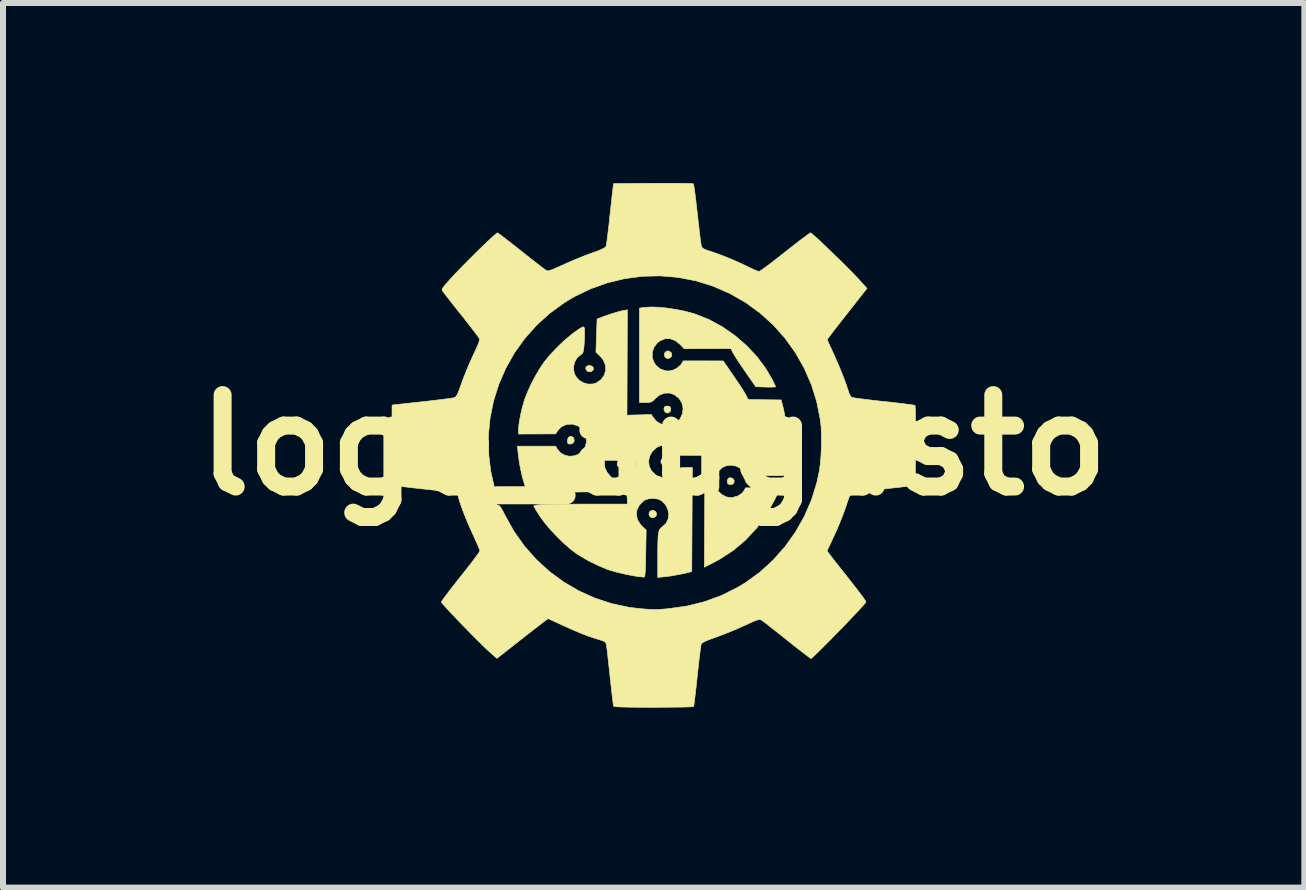
<source format=kicad_pcb>
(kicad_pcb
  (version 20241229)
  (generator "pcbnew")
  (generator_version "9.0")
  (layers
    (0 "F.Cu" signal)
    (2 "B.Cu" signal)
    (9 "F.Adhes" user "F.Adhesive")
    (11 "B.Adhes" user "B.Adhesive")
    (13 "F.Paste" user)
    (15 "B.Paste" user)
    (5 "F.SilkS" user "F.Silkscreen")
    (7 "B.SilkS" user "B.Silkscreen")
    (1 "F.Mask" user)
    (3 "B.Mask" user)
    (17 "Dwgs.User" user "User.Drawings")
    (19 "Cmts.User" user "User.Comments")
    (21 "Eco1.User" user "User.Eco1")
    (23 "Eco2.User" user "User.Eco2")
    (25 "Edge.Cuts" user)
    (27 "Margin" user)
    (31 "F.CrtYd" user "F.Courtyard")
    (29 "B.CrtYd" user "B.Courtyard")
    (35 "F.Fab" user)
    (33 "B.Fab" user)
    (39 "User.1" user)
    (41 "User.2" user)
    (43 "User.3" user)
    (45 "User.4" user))
  (footprint "logo_augusto"
    (layer "F.Cu")
    (at 7.845 4.37)
    (property "Reference" "logo_augusto" (at 0 0 0) (layer "F.SilkS") (effects (font (size 1.524 1.524) (thickness 0.3))))
    (attr through_hole)
    (fp_poly (pts (xy -1.031 -1.319) (xy -1.006 -1.293) (xy -1.006 -1.26) (xy -1.015 -1.246) (xy -1.053 -1.222) (xy -1.094 -1.226) (xy -1.117 -1.244) (xy -1.134 -1.283) (xy -1.121 -1.314) (xy -1.083 -1.329) (xy -1.077 -1.329) (xy -1.031 -1.319)) (stroke (width 0.01) (type solid)) (fill yes) (layer "F.SilkS"))
    (fp_poly (pts (xy 0.008 1.09) (xy 0.039 1.115) (xy 0.051 1.154) (xy 0.036 1.186) (xy 0.001 1.206) (xy -0.037 1.207) (xy -0.067 1.185) (xy -0.079 1.148) (xy -0.069 1.111) (xy -0.067 1.108) (xy -0.031 1.086) (xy 0.008 1.09)) (stroke (width 0.01) (type solid)) (fill yes) (layer "F.SilkS"))
    (fp_poly (pts (xy 1.32 0.555) (xy 1.342 0.588) (xy 1.337 0.629) (xy 1.336 0.63) (xy 1.308 0.654) (xy 1.271 0.659) (xy 1.239 0.645) (xy 1.228 0.629) (xy 1.226 0.582) (xy 1.248 0.551) (xy 1.279 0.542) (xy 1.32 0.555)) (stroke (width 0.01) (type solid)) (fill yes) (layer "F.SilkS"))
    (fp_poly (pts (xy -1.348 -0.136) (xy -1.328 -0.107) (xy -1.325 -0.07) (xy -1.338 -0.042) (xy -1.371 -0.021) (xy -1.409 -0.019) (xy -1.428 -0.028) (xy -1.439 -0.06) (xy -1.434 -0.101) (xy -1.415 -0.135) (xy -1.413 -0.137) (xy -1.379 -0.149) (xy -1.348 -0.136)) (stroke (width 0.01) (type solid)) (fill yes) (layer "F.SilkS"))
    (fp_poly (pts (xy -0.519 0.254) (xy -0.498 0.283) (xy -0.495 0.319) (xy -0.509 0.348) (xy -0.54 0.369) (xy -0.583 0.363) (xy -0.588 0.361) (xy -0.606 0.339) (xy -0.608 0.302) (xy -0.594 0.265) (xy -0.583 0.253) (xy -0.549 0.241) (xy -0.519 0.254)) (stroke (width 0.01) (type solid)) (fill yes) (layer "F.SilkS"))
    (fp_poly (pts (xy 0.202 0.211) (xy 0.229 0.234) (xy 0.236 0.27) (xy 0.225 0.307) (xy 0.2 0.333) (xy 0.178 0.339) (xy 0.15 0.328) (xy 0.139 0.318) (xy 0.12 0.281) (xy 0.126 0.243) (xy 0.152 0.216) (xy 0.192 0.209) (xy 0.202 0.211)) (stroke (width 0.01) (type solid)) (fill yes) (layer "F.SilkS"))
    (fp_poly (pts (xy 0.258 -1.568) (xy 0.291 -1.542) (xy 0.295 -1.537) (xy 0.304 -1.5) (xy 0.295 -1.477) (xy 0.262 -1.448) (xy 0.223 -1.444) (xy 0.191 -1.466) (xy 0.187 -1.472) (xy 0.177 -1.516) (xy 0.192 -1.55) (xy 0.222 -1.569) (xy 0.258 -1.568)) (stroke (width 0.01) (type solid)) (fill yes) (layer "F.SilkS"))
    (fp_poly (pts (xy 0.266 -0.647) (xy 0.281 -0.625) (xy 0.285 -0.607) (xy 0.277 -0.563) (xy 0.25 -0.539) (xy 0.213 -0.538) (xy 0.195 -0.548) (xy 0.173 -0.583) (xy 0.172 -0.611) (xy 0.183 -0.641) (xy 0.212 -0.651) (xy 0.229 -0.652) (xy 0.266 -0.647)) (stroke (width 0.01) (type solid)) (fill yes) (layer "F.SilkS"))
    (fp_poly (pts (xy 0.071 -2.3) (xy 0.213 -2.286) (xy 0.363 -2.264) (xy 0.511 -2.235) (xy 0.651 -2.198) (xy 0.694 -2.185) (xy 0.924 -2.093) (xy 1.146 -1.972) (xy 1.357 -1.825) (xy 1.551 -1.657) (xy 1.725 -1.471) (xy 1.874 -1.27) (xy 1.979 -1.088) (xy 2.005 -1.035) (xy 2.024 -0.994) (xy 2.032 -0.974) (xy 2.032 -0.974) (xy 2.016 -0.97) (xy 1.974 -0.968) (xy 1.912 -0.968) (xy 1.867 -0.969) (xy 1.702 -0.974) (xy 1.503 -1.261) (xy 1.443 -1.349) (xy 1.39 -1.429) (xy 1.347 -1.497) (xy 1.318 -1.547) (xy 1.304 -1.576) (xy 1.304 -1.579) (xy 1.29 -1.605) (xy 1.274 -1.61) (xy 1.249 -1.61) (xy 1.195 -1.61) (xy 1.119 -1.61) (xy 1.024 -1.609) (xy 0.918 -1.609) (xy 0.877 -1.609) (xy 0.509 -1.607) (xy 0.437 -1.683) (xy 0.358 -1.744) (xy 0.274 -1.775) (xy 0.19 -1.774) (xy 0.108 -1.741) (xy 0.061 -1.705) (xy 0.005 -1.632) (xy -0.023 -1.551) (xy -0.024 -1.469) (xy -0.000496 -1.391) (xy 0.045 -1.323) (xy 0.109 -1.272) (xy 0.191 -1.241) (xy 0.247 -1.236) (xy 0.32 -1.25) (xy 0.392 -1.285) (xy 0.449 -1.336) (xy 0.464 -1.356) (xy 0.493 -1.405) (xy 0.826 -1.405) (xy 1.16 -1.404) (xy 1.353 -1.123) (xy 1.413 -1.035) (xy 1.466 -0.954) (xy 1.509 -0.885) (xy 1.539 -0.833) (xy 1.554 -0.804) (xy 1.554 -0.802) (xy 1.57 -0.771) (xy 1.589 -0.761) (xy 1.616 -0.76) (xy 1.669 -0.76) (xy 1.742 -0.759) (xy 1.83 -0.757) (xy 1.871 -0.757) (xy 2.125 -0.754) (xy 2.162 -0.612) (xy 2.208 -0.383) (xy 2.231 -0.145) (xy 2.23 0.093) (xy 2.204 0.321) (xy 2.183 0.428) (xy 2.164 0.508) (xy 1.544 0.508) (xy 1.51 0.453) (xy 1.452 0.389) (xy 1.376 0.349) (xy 1.29 0.333) (xy 1.204 0.345) (xy 1.145 0.371) (xy 1.09 0.422) (xy 1.046 0.493) (xy 1.02 0.57) (xy 1.016 0.611) (xy 1.032 0.691) (xy 1.073 0.763) (xy 1.134 0.822) (xy 1.207 0.861) (xy 1.285 0.875) (xy 1.31 0.873) (xy 1.402 0.847) (xy 1.472 0.802) (xy 1.504 0.761) (xy 1.532 0.711) (xy 1.816 0.711) (xy 1.91 0.712) (xy 1.99 0.714) (xy 2.052 0.717) (xy 2.09 0.721) (xy 2.099 0.724) (xy 2.092 0.743) (xy 2.074 0.787) (xy 2.046 0.847) (xy 2.016 0.91) (xy 1.88 1.156) (xy 1.719 1.379) (xy 1.534 1.578) (xy 1.327 1.753) (xy 1.097 1.903) (xy 1.012 1.948) (xy 0.845 2.034) (xy 0.85 1.102) (xy 0.855 0.169) (xy 0.643 0.169) (xy 0.432 0.168) (xy 0.398 0.115) (xy 0.34 0.054) (xy 0.266 0.015) (xy 0.183 0.001) (xy 0.102 0.013) (xy 0.049 0.039) (xy -0.022 0.104) (xy -0.066 0.181) (xy -0.084 0.264) (xy -0.075 0.347) (xy -0.039 0.424) (xy 0.024 0.488) (xy 0.054 0.508) (xy 0.136 0.537) (xy 0.221 0.538) (xy 0.302 0.514) (xy 0.369 0.467) (xy 0.404 0.422) (xy 0.422 0.395) (xy 0.443 0.38) (xy 0.478 0.374) (xy 0.537 0.373) (xy 0.538 0.373) (xy 0.644 0.373) (xy 0.635 2.106) (xy 0.584 2.12) (xy 0.494 2.141) (xy 0.386 2.162) (xy 0.276 2.181) (xy 0.182 2.193) (xy 0.068 2.204) (xy 0.068 1.875) (xy 0.068 1.736) (xy 0.07 1.627) (xy 0.073 1.544) (xy 0.078 1.482) (xy 0.087 1.438) (xy 0.099 1.406) (xy 0.115 1.384) (xy 0.135 1.367) (xy 0.142 1.363) (xy 0.205 1.305) (xy 0.241 1.232) (xy 0.252 1.151) (xy 0.236 1.068) (xy 0.195 0.99) (xy 0.129 0.924) (xy 0.071 0.898) (xy -0.004 0.887) (xy -0.081 0.893) (xy -0.146 0.914) (xy -0.164 0.924) (xy -0.236 0.996) (xy -0.278 1.076) (xy -0.288 1.162) (xy -0.268 1.247) (xy -0.215 1.328) (xy -0.189 1.355) (xy -0.125 1.414) (xy -0.132 1.808) (xy -0.134 1.934) (xy -0.137 2.03) (xy -0.14 2.1) (xy -0.144 2.148) (xy -0.148 2.178) (xy -0.155 2.193) (xy -0.163 2.199) (xy -0.167 2.199) (xy -0.203 2.195) (xy -0.251 2.19) (xy -0.254 2.19) (xy -0.332 2.178) (xy -0.431 2.159) (xy -0.539 2.135) (xy -0.644 2.109) (xy -0.734 2.083) (xy -0.769 2.071) (xy -0.928 2.005) (xy -1.094 1.923) (xy -1.251 1.83) (xy -1.287 1.807) (xy -1.383 1.735) (xy -1.49 1.642) (xy -1.6 1.535) (xy -1.707 1.422) (xy -1.803 1.31) (xy -1.881 1.206) (xy -1.894 1.187) (xy -1.936 1.122) (xy -1.969 1.068) (xy -1.991 1.03) (xy -1.998 1.015) (xy -1.991 1.008) (xy -1.969 1.001) (xy -1.928 0.996) (xy -1.868 0.991) (xy -1.785 0.988) (xy -1.678 0.985) (xy -1.545 0.984) (xy -1.382 0.983) (xy -1.188 0.982) (xy -1.139 0.982) (xy -0.436 0.982) (xy -0.448 0.772) (xy -0.46 0.561) (xy -0.41 0.535) (xy -0.349 0.486) (xy -0.306 0.416) (xy -0.286 0.334) (xy -0.285 0.315) (xy -0.299 0.223) (xy -0.339 0.147) (xy -0.397 0.089) (xy -0.469 0.052) (xy -0.549 0.038) (xy -0.631 0.05) (xy -0.709 0.09) (xy -0.744 0.12) (xy -0.799 0.196) (xy -0.823 0.28) (xy -0.816 0.367) (xy -0.778 0.45) (xy -0.729 0.509) (xy -0.691 0.55) (xy -0.67 0.588) (xy -0.66 0.639) (xy -0.657 0.667) (xy -0.654 0.72) (xy -0.655 0.758) (xy -0.659 0.769) (xy -0.677 0.771) (xy -0.726 0.772) (xy -0.802 0.774) (xy -0.901 0.776) (xy -1.019 0.777) (xy -1.154 0.779) (xy -1.301 0.781) (xy -1.388 0.781) (xy -2.108 0.787) (xy -2.153 0.652) (xy -2.193 0.514) (xy -2.227 0.355) (xy -2.253 0.19) (xy -2.26 0.123) (xy -2.271 0.017) (xy -1.634 0.017) (xy -1.606 0.066) (xy -1.553 0.128) (xy -1.48 0.169) (xy -1.397 0.185) (xy -1.312 0.175) (xy -1.257 0.152) (xy -1.185 0.096) (xy -1.14 0.025) (xy -1.12 -0.052) (xy -1.123 -0.132) (xy -1.149 -0.208) (xy -1.196 -0.273) (xy -1.263 -0.322) (xy -1.349 -0.349) (xy -1.366 -0.351) (xy -1.458 -0.344) (xy -1.537 -0.307) (xy -1.599 -0.243) (xy -1.6 -0.24) (xy -1.634 -0.188) (xy -1.943 -0.187) (xy -2.252 -0.186) (xy -2.252 -0.267) (xy -2.247 -0.336) (xy -2.233 -0.427) (xy -2.212 -0.531) (xy -2.187 -0.637) (xy -2.159 -0.735) (xy -2.151 -0.762) (xy -2.104 -0.882) (xy -2.043 -1.016) (xy -1.972 -1.152) (xy -1.897 -1.279) (xy -1.826 -1.385) (xy -1.823 -1.389) (xy -1.726 -1.506) (xy -1.612 -1.627) (xy -1.491 -1.743) (xy -1.371 -1.844) (xy -1.318 -1.884) (xy -1.247 -1.933) (xy -1.2 -1.963) (xy -1.172 -1.973) (xy -1.158 -1.962) (xy -1.152 -1.929) (xy -1.152 -1.876) (xy -1.152 -1.869) (xy -1.153 -1.786) (xy -1.158 -1.696) (xy -1.162 -1.642) (xy -1.17 -1.58) (xy -1.18 -1.542) (xy -1.197 -1.519) (xy -1.22 -1.504) (xy -1.281 -1.45) (xy -1.32 -1.378) (xy -1.336 -1.295) (xy -1.327 -1.211) (xy -1.304 -1.155) (xy -1.248 -1.087) (xy -1.175 -1.041) (xy -1.091 -1.017) (xy -1.006 -1.021) (xy -0.949 -1.041) (xy -0.872 -1.097) (xy -0.822 -1.17) (xy -0.799 -1.252) (xy -0.805 -1.337) (xy -0.84 -1.421) (xy -0.889 -1.48) (xy -0.962 -1.552) (xy -0.953 -1.827) (xy -0.943 -2.103) (xy -0.899 -2.12) (xy -0.821 -2.15) (xy -0.733 -2.18) (xy -0.647 -2.207) (xy -0.571 -2.229) (xy -0.515 -2.243) (xy -0.511 -2.243) (xy -0.438 -2.256) (xy -0.442 -1.378) (xy -0.445 -0.5) (xy -0.241 -0.505) (xy -0.037 -0.51) (xy -0.008 -0.462) (xy 0.049 -0.395) (xy 0.123 -0.352) (xy 0.205 -0.333) (xy 0.289 -0.34) (xy 0.367 -0.372) (xy 0.432 -0.429) (xy 0.44 -0.44) (xy 0.48 -0.523) (xy 0.49 -0.612) (xy 0.472 -0.7) (xy 0.425 -0.777) (xy 0.418 -0.785) (xy 0.343 -0.843) (xy 0.26 -0.87) (xy 0.174 -0.866) (xy 0.091 -0.831) (xy 0.029 -0.78) (xy -0.009 -0.741) (xy -0.041 -0.721) (xy -0.08 -0.713) (xy -0.136 -0.711) (xy -0.237 -0.711) (xy -0.237 -2.284) (xy -0.158 -2.296) (xy -0.055 -2.303) (xy 0.071 -2.3)) (stroke (width 0.01) (type solid)) (fill yes) (layer "F.SilkS"))
    (fp_poly (pts (xy 0.272 -4.365) (xy 0.394 -4.365) (xy 0.497 -4.364) (xy 0.578 -4.362) (xy 0.634 -4.36) (xy 0.661 -4.357) (xy 0.662 -4.356) (xy 0.667 -4.337) (xy 0.675 -4.288) (xy 0.686 -4.214) (xy 0.698 -4.119) (xy 0.711 -4.008) (xy 0.725 -3.884) (xy 0.73 -3.844) (xy 0.744 -3.716) (xy 0.758 -3.598) (xy 0.77 -3.494) (xy 0.781 -3.408) (xy 0.79 -3.346) (xy 0.796 -3.312) (xy 0.797 -3.308) (xy 0.816 -3.285) (xy 0.856 -3.262) (xy 0.923 -3.238) (xy 0.934 -3.235) (xy 1.046 -3.197) (xy 1.177 -3.148) (xy 1.316 -3.091) (xy 1.454 -3.03) (xy 1.573 -2.973) (xy 1.641 -2.94) (xy 1.7 -2.914) (xy 1.742 -2.899) (xy 1.756 -2.896) (xy 1.777 -2.906) (xy 1.82 -2.935) (xy 1.882 -2.98) (xy 1.961 -3.039) (xy 2.051 -3.109) (xy 2.15 -3.187) (xy 2.19 -3.218) (xy 2.291 -3.298) (xy 2.384 -3.371) (xy 2.467 -3.434) (xy 2.534 -3.484) (xy 2.583 -3.52) (xy 2.611 -3.538) (xy 2.615 -3.539) (xy 2.633 -3.528) (xy 2.671 -3.495) (xy 2.726 -3.446) (xy 2.795 -3.382) (xy 2.874 -3.307) (xy 2.959 -3.225) (xy 3.048 -3.138) (xy 3.138 -3.051) (xy 3.223 -2.965) (xy 3.302 -2.886) (xy 3.371 -2.815) (xy 3.426 -2.757) (xy 3.441 -2.74) (xy 3.555 -2.613) (xy 3.263 -2.242) (xy 3.185 -2.142) (xy 3.111 -2.048) (xy 3.046 -1.965) (xy 2.992 -1.895) (xy 2.953 -1.844) (xy 2.932 -1.815) (xy 2.931 -1.815) (xy 2.891 -1.758) (xy 2.986 -1.552) (xy 3.077 -1.347) (xy 3.151 -1.167) (xy 3.208 -1.014) (xy 3.235 -0.93) (xy 3.256 -0.869) (xy 3.279 -0.822) (xy 3.298 -0.798) (xy 3.298 -0.798) (xy 3.322 -0.792) (xy 3.375 -0.784) (xy 3.453 -0.773) (xy 3.551 -0.761) (xy 3.665 -0.747) (xy 3.791 -0.733) (xy 3.835 -0.729) (xy 3.963 -0.715) (xy 4.08 -0.701) (xy 4.182 -0.689) (xy 4.264 -0.678) (xy 4.322 -0.67) (xy 4.353 -0.664) (xy 4.356 -0.662) (xy 4.359 -0.643) (xy 4.361 -0.594) (xy 4.363 -0.518) (xy 4.365 -0.42) (xy 4.365 -0.302) (xy 4.365 -0.17) (xy 4.365 -0.026) (xy 4.365 0.009) (xy 4.36 0.668) (xy 4.276 0.68) (xy 4.235 0.686) (xy 4.167 0.693) (xy 4.076 0.704) (xy 3.97 0.715) (xy 3.853 0.728) (xy 3.776 0.736) (xy 3.659 0.748) (xy 3.551 0.76) (xy 3.458 0.771) (xy 3.384 0.779) (xy 3.335 0.786) (xy 3.319 0.788) (xy 3.3 0.795) (xy 3.284 0.811) (xy 3.268 0.841) (xy 3.248 0.891) (xy 3.223 0.966) (xy 3.211 1.004) (xy 3.18 1.093) (xy 3.139 1.201) (xy 3.092 1.318) (xy 3.043 1.432) (xy 3.018 1.487) (xy 2.89 1.763) (xy 2.93 1.817) (xy 2.951 1.844) (xy 2.989 1.894) (xy 3.043 1.963) (xy 3.108 2.045) (xy 3.181 2.137) (xy 3.254 2.229) (xy 3.329 2.325) (xy 3.397 2.413) (xy 3.455 2.489) (xy 3.5 2.551) (xy 3.529 2.593) (xy 3.539 2.613) (xy 3.539 2.613) (xy 3.528 2.63) (xy 3.495 2.668) (xy 3.445 2.723) (xy 3.381 2.792) (xy 3.305 2.872) (xy 3.222 2.96) (xy 3.133 3.052) (xy 3.042 3.145) (xy 2.953 3.236) (xy 2.868 3.322) (xy 2.791 3.399) (xy 2.725 3.464) (xy 2.672 3.514) (xy 2.637 3.546) (xy 2.623 3.556) (xy 2.606 3.546) (xy 2.567 3.517) (xy 2.508 3.472) (xy 2.433 3.414) (xy 2.345 3.346) (xy 2.249 3.269) (xy 2.227 3.252) (xy 2.127 3.172) (xy 2.034 3.098) (xy 1.952 3.034) (xy 1.884 2.98) (xy 1.834 2.942) (xy 1.806 2.921) (xy 1.804 2.92) (xy 1.787 2.91) (xy 1.769 2.905) (xy 1.745 2.908) (xy 1.71 2.919) (xy 1.659 2.939) (xy 1.587 2.972) (xy 1.511 3.007) (xy 1.402 3.055) (xy 1.281 3.106) (xy 1.16 3.155) (xy 1.053 3.195) (xy 1.034 3.201) (xy 0.93 3.239) (xy 0.856 3.27) (xy 0.812 3.294) (xy 0.793 3.312) (xy 0.788 3.337) (xy 0.78 3.391) (xy 0.77 3.469) (xy 0.758 3.567) (xy 0.745 3.682) (xy 0.731 3.807) (xy 0.727 3.844) (xy 0.714 3.97) (xy 0.701 4.086) (xy 0.689 4.186) (xy 0.679 4.267) (xy 0.672 4.324) (xy 0.667 4.353) (xy 0.666 4.356) (xy 0.648 4.359) (xy 0.6 4.362) (xy 0.525 4.364) (xy 0.428 4.366) (xy 0.311 4.367) (xy 0.179 4.368) (xy 0.035 4.369) (xy -0.002 4.369) (xy -0.177 4.369) (xy -0.32 4.368) (xy -0.435 4.366) (xy -0.524 4.364) (xy -0.59 4.362) (xy -0.634 4.358) (xy -0.659 4.353) (xy -0.669 4.348) (xy -0.669 4.348) (xy -0.673 4.326) (xy -0.679 4.275) (xy -0.689 4.199) (xy -0.7 4.103) (xy -0.712 3.991) (xy -0.726 3.868) (xy -0.728 3.844) (xy -0.742 3.718) (xy -0.755 3.6) (xy -0.766 3.497) (xy -0.776 3.413) (xy -0.784 3.352) (xy -0.788 3.319) (xy -0.789 3.317) (xy -0.797 3.294) (xy -0.816 3.276) (xy -0.852 3.259) (xy -0.913 3.239) (xy -0.928 3.235) (xy -1.016 3.208) (xy -1.105 3.177) (xy -1.203 3.139) (xy -1.315 3.092) (xy -1.448 3.033) (xy -1.527 2.997) (xy -1.758 2.891) (xy -1.815 2.931) (xy -1.843 2.952) (xy -1.893 2.991) (xy -1.962 3.044) (xy -2.046 3.109) (xy -2.139 3.182) (xy -2.239 3.26) (xy -2.242 3.263) (xy -2.613 3.554) (xy -2.74 3.441) (xy -2.792 3.393) (xy -2.857 3.33) (xy -2.933 3.255) (xy -3.016 3.172) (xy -3.102 3.084) (xy -3.189 2.995) (xy -3.274 2.907) (xy -3.352 2.825) (xy -3.42 2.752) (xy -3.476 2.691) (xy -3.516 2.645) (xy -3.537 2.619) (xy -3.539 2.614) (xy -3.529 2.596) (xy -3.5 2.555) (xy -3.455 2.494) (xy -3.397 2.418) (xy -3.327 2.328) (xy -3.25 2.23) (xy -3.218 2.19) (xy -3.137 2.088) (xy -3.064 1.994) (xy -3.001 1.912) (xy -2.951 1.844) (xy -2.915 1.795) (xy -2.898 1.766) (xy -2.896 1.762) (xy -2.903 1.739) (xy -2.922 1.691) (xy -2.95 1.625) (xy -2.986 1.546) (xy -3.003 1.508) (xy -3.07 1.362) (xy -3.13 1.22) (xy -3.182 1.088) (xy -3.223 0.973) (xy -3.251 0.88) (xy -3.252 0.877) (xy -3.256 0.855) (xy -3.261 0.836) (xy -3.268 0.822) (xy -3.28 0.81) (xy -3.303 0.799) (xy -3.338 0.79) (xy -3.389 0.781) (xy -3.459 0.772) (xy -3.553 0.761) (xy -3.672 0.748) (xy -3.821 0.732) (xy -3.861 0.728) (xy -3.983 0.714) (xy -4.096 0.701) (xy -4.192 0.69) (xy -4.27 0.68) (xy -4.323 0.673) (xy -4.347 0.669) (xy -4.348 0.669) (xy -4.353 0.66) (xy -4.358 0.637) (xy -4.361 0.595) (xy -4.364 0.534) (xy -4.365 0.45) (xy -4.366 0.34) (xy -4.366 0.202) (xy -4.365 0.034) (xy -4.365 -0.004) (xy -4.364 -0.163) (xy -2.755 -0.163) (xy -2.752 0.132) (xy -2.717 0.427) (xy -2.659 0.688) (xy -2.641 0.765) (xy -2.629 0.844) (xy -2.625 0.906) (xy -2.623 0.96) (xy -2.616 0.988) (xy -2.602 0.998) (xy -2.593 0.999) (xy -2.573 1.008) (xy -2.549 1.037) (xy -2.517 1.091) (xy -2.476 1.172) (xy -2.476 1.173) (xy -2.328 1.437) (xy -2.155 1.681) (xy -1.958 1.904) (xy -1.74 2.104) (xy -1.502 2.279) (xy -1.248 2.428) (xy -0.98 2.549) (xy -0.699 2.641) (xy -0.407 2.703) (xy -0.22 2.725) (xy -0.124 2.733) (xy -0.052 2.738) (xy 0.008 2.74) (xy 0.065 2.739) (xy 0.13 2.735) (xy 0.214 2.728) (xy 0.246 2.725) (xy 0.553 2.682) (xy 0.85 2.608) (xy 1.134 2.504) (xy 1.402 2.369) (xy 1.527 2.294) (xy 1.77 2.118) (xy 1.991 1.916) (xy 2.189 1.692) (xy 2.363 1.449) (xy 2.511 1.188) (xy 2.63 0.913) (xy 2.719 0.626) (xy 2.762 0.426) (xy 2.779 0.3) (xy 2.79 0.154) (xy 2.796 -0.002) (xy 2.796 -0.158) (xy 2.791 -0.301) (xy 2.778 -0.422) (xy 2.778 -0.423) (xy 2.718 -0.723) (xy 2.628 -1.012) (xy 2.508 -1.286) (xy 2.361 -1.544) (xy 2.189 -1.784) (xy 1.992 -2.005) (xy 1.773 -2.203) (xy 1.532 -2.378) (xy 1.272 -2.527) (xy 0.994 -2.649) (xy 0.991 -2.65) (xy 0.702 -2.74) (xy 0.407 -2.797) (xy 0.11 -2.822) (xy -0.187 -2.815) (xy -0.483 -2.776) (xy -0.772 -2.706) (xy -1.054 -2.605) (xy -1.326 -2.474) (xy -1.49 -2.375) (xy -1.734 -2.197) (xy -1.955 -1.996) (xy -2.15 -1.776) (xy -2.321 -1.538) (xy -2.464 -1.284) (xy -2.58 -1.017) (xy -2.668 -0.74) (xy -2.726 -0.454) (xy -2.755 -0.163) (xy -4.364 -0.163) (xy -4.36 -0.669) (xy -3.869 -0.723) (xy -3.742 -0.737) (xy -3.623 -0.751) (xy -3.518 -0.764) (xy -3.432 -0.775) (xy -3.368 -0.784) (xy -3.333 -0.79) (xy -3.33 -0.791) (xy -3.31 -0.799) (xy -3.293 -0.813) (xy -3.276 -0.839) (xy -3.257 -0.882) (xy -3.232 -0.947) (xy -3.201 -1.035) (xy -3.162 -1.14) (xy -3.113 -1.261) (xy -3.061 -1.384) (xy -3.011 -1.494) (xy -3.006 -1.506) (xy -2.961 -1.6) (xy -2.931 -1.669) (xy -2.913 -1.717) (xy -2.905 -1.751) (xy -2.905 -1.773) (xy -2.909 -1.783) (xy -2.924 -1.806) (xy -2.957 -1.851) (xy -3.006 -1.915) (xy -3.067 -1.994) (xy -3.137 -2.084) (xy -3.214 -2.181) (xy -3.217 -2.184) (xy -3.294 -2.281) (xy -3.365 -2.371) (xy -3.426 -2.449) (xy -3.475 -2.512) (xy -3.508 -2.556) (xy -3.524 -2.578) (xy -3.524 -2.578) (xy -3.526 -2.593) (xy -3.518 -2.615) (xy -3.495 -2.647) (xy -3.457 -2.693) (xy -3.4 -2.757) (xy -3.327 -2.836) (xy -3.253 -2.914) (xy -3.17 -2.999) (xy -3.082 -3.088) (xy -2.992 -3.178) (xy -2.905 -3.264) (xy -2.822 -3.344) (xy -2.748 -3.415) (xy -2.685 -3.472) (xy -2.638 -3.514) (xy -2.61 -3.536) (xy -2.604 -3.539) (xy -2.587 -3.529) (xy -2.547 -3.5) (xy -2.488 -3.455) (xy -2.413 -3.397) (xy -2.325 -3.329) (xy -2.228 -3.252) (xy -2.204 -3.233) (xy -2.104 -3.153) (xy -2.012 -3.081) (xy -1.93 -3.017) (xy -1.864 -2.966) (xy -1.815 -2.93) (xy -1.788 -2.911) (xy -1.786 -2.91) (xy -1.766 -2.906) (xy -1.735 -2.911) (xy -1.689 -2.927) (xy -1.622 -2.955) (xy -1.531 -2.996) (xy -1.506 -3.007) (xy -1.398 -3.056) (xy -1.276 -3.107) (xy -1.155 -3.156) (xy -1.049 -3.196) (xy -1.034 -3.201) (xy -0.938 -3.235) (xy -0.871 -3.263) (xy -0.827 -3.285) (xy -0.802 -3.303) (xy -0.793 -3.317) (xy -0.788 -3.344) (xy -0.779 -3.399) (xy -0.769 -3.478) (xy -0.757 -3.575) (xy -0.744 -3.685) (xy -0.736 -3.764) (xy -0.723 -3.884) (xy -0.71 -3.999) (xy -0.699 -4.101) (xy -0.69 -4.185) (xy -0.683 -4.245) (xy -0.68 -4.267) (xy -0.669 -4.36) (xy -0.009 -4.365) (xy 0.137 -4.365) (xy 0.272 -4.365)) (stroke (width 0.01) (type solid)) (fill yes) (layer "F.SilkS")))
  (gr_rect
    (start -3 -3)
    (end 18.69 11.744)
    (stroke (width 0.1) (type default))
    (fill no)
    (layer "Edge.Cuts")))
</source>
